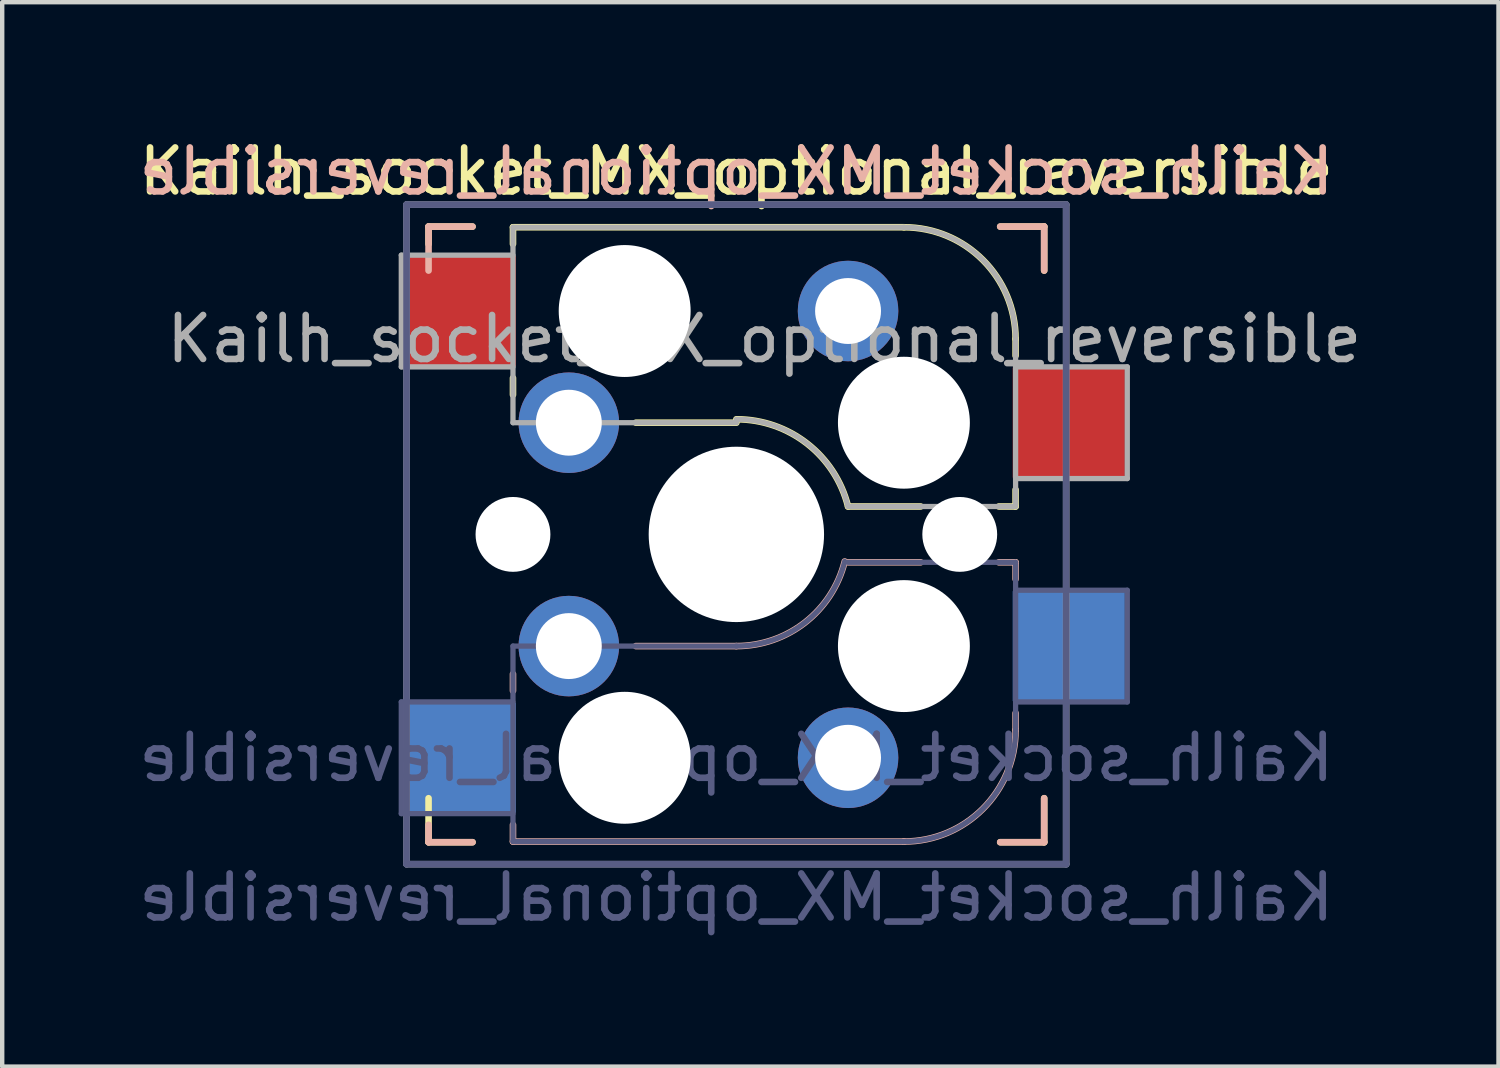
<source format=kicad_pcb>
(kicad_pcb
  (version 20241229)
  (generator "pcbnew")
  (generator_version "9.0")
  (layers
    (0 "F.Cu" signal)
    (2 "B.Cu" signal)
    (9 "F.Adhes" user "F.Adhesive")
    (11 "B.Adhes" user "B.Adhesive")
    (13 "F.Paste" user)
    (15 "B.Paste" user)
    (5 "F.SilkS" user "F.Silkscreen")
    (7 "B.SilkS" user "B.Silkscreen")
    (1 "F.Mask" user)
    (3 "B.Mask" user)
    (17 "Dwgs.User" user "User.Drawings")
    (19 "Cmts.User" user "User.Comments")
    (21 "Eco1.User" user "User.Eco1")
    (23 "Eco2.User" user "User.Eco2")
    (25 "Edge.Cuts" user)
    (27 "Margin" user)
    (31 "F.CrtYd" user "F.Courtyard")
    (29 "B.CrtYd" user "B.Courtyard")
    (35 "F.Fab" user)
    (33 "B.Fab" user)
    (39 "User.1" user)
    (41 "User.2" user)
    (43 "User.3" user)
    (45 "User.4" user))
  (footprint "Kailh_socket_MX_optional_reversible"
    (layer "F.Cu")
    (at 13.696 9.103)
    (property "Reference" "Kailh_socket_MX_optional_reversible" (at 0 -8.255 0) (layer "F.SilkS") (effects (font (size 1 1) (thickness 0.15))))
    (property "Value" "Kailh_socket_MX_optional_reversible" (at 0 8.255 0) (layer "F.Fab") (hide yes) (effects (font (size 1 1) (thickness 0.15))))
    (attr smd)
    (fp_line (start -7 -7) (end -6 -7) (stroke (width 0.15) (type solid)) (layer "F.SilkS"))
    (fp_line (start -7 -6.604) (end -7 -7) (stroke (width 0.15) (type solid)) (layer "F.SilkS"))
    (fp_line (start -7 7) (end -7 6) (stroke (width 0.15) (type solid)) (layer "F.SilkS"))
    (fp_line (start -6 7) (end -7 7) (stroke (width 0.15) (type solid)) (layer "F.SilkS"))
    (fp_line (start -5.08 -6.985) (end -5.08 -6.604) (stroke (width 0.15) (type solid)) (layer "F.SilkS"))
    (fp_line (start -5.08 -3.556) (end -5.08 -3.175) (stroke (width 0.15) (type solid)) (layer "F.SilkS"))
    (fp_line (start -2.286 -2.54) (end 0 -2.54) (stroke (width 0.15) (type solid)) (layer "F.SilkS"))
    (fp_line (start 2.54 -0.635) (end 4.191 -0.635) (stroke (width 0.15) (type solid)) (layer "F.SilkS"))
    (fp_line (start 3.81 -6.985) (end -5.08 -6.985) (stroke (width 0.15) (type solid)) (layer "F.SilkS"))
    (fp_line (start 5.969 -0.635) (end 6.35 -0.635) (stroke (width 0.15) (type solid)) (layer "F.SilkS"))
    (fp_line (start 6 -7) (end 7 -7) (stroke (width 0.15) (type solid)) (layer "F.SilkS"))
    (fp_line (start 6.35 -4.445) (end 6.35 -4.064) (stroke (width 0.15) (type solid)) (layer "F.SilkS"))
    (fp_line (start 6.35 -0.635) (end 6.35 -1.016) (stroke (width 0.15) (type solid)) (layer "F.SilkS"))
    (fp_line (start 7 -7) (end 7 -6) (stroke (width 0.15) (type solid)) (layer "F.SilkS"))
    (fp_line (start 7 6) (end 7 7) (stroke (width 0.15) (type solid)) (layer "F.SilkS"))
    (fp_line (start 7 7) (end 6 7) (stroke (width 0.15) (type solid)) (layer "F.SilkS"))
    (fp_arc (start 0.000001 -2.618171) (mid 1.611255 -2.063656) (end 2.539999 -0.634999) (stroke (width 0.15) (type solid)) (layer "F.SilkS"))
    (fp_arc (start 3.81 -6.985) (mid 5.606051 -6.241051) (end 6.35 -4.445) (stroke (width 0.15) (type solid)) (layer "F.SilkS"))
    (fp_line (start -7 -7) (end -6 -7) (stroke (width 0.15) (type solid)) (layer "B.SilkS"))
    (fp_line (start -7 -6) (end -7 -7) (stroke (width 0.15) (type solid)) (layer "B.SilkS"))
    (fp_line (start -7 7) (end -7 6.604) (stroke (width 0.15) (type solid)) (layer "B.SilkS"))
    (fp_line (start -6 7) (end -7 7) (stroke (width 0.15) (type solid)) (layer "B.SilkS"))
    (fp_line (start -5.08 3.175) (end -5.08 3.556) (stroke (width 0.15) (type solid)) (layer "B.SilkS"))
    (fp_line (start -5.08 6.604) (end -5.08 6.985) (stroke (width 0.15) (type solid)) (layer "B.SilkS"))
    (fp_line (start -5.08 6.985) (end 3.81 6.985) (stroke (width 0.15) (type solid)) (layer "B.SilkS"))
    (fp_line (start 0 2.54) (end -2.286 2.54) (stroke (width 0.15) (type solid)) (layer "B.SilkS"))
    (fp_line (start 4.191 0.635) (end 2.54 0.635) (stroke (width 0.15) (type solid)) (layer "B.SilkS"))
    (fp_line (start 6 -7) (end 7 -7) (stroke (width 0.15) (type solid)) (layer "B.SilkS"))
    (fp_line (start 6.35 0.635) (end 5.969 0.635) (stroke (width 0.15) (type solid)) (layer "B.SilkS"))
    (fp_line (start 6.35 1.016) (end 6.35 0.635) (stroke (width 0.15) (type solid)) (layer "B.SilkS"))
    (fp_line (start 6.35 4.445) (end 6.35 4.064) (stroke (width 0.15) (type solid)) (layer "B.SilkS"))
    (fp_line (start 7 -7) (end 7 -6) (stroke (width 0.15) (type solid)) (layer "B.SilkS"))
    (fp_line (start 7 6) (end 7 7) (stroke (width 0.15) (type solid)) (layer "B.SilkS"))
    (fp_line (start 7 7) (end 6 7) (stroke (width 0.15) (type solid)) (layer "B.SilkS"))
    (fp_arc (start 2.464162 0.61604) (mid 1.563147 2.002042) (end 0 2.54) (stroke (width 0.15) (type solid)) (layer "B.SilkS"))
    (fp_arc (start 6.35 4.445) (mid 5.606051 6.241051) (end 3.81 6.985) (stroke (width 0.15) (type solid)) (layer "B.SilkS"))
    (fp_line (start -6.9 6.9) (end -6.9 -6.9) (stroke (width 0.15) (type solid)) (layer "Eco2.User"))
    (fp_line (start -6.9 6.9) (end 6.9 6.9) (stroke (width 0.15) (type solid)) (layer "Eco2.User"))
    (fp_line (start 6.9 -6.9) (end -6.9 -6.9) (stroke (width 0.15) (type solid)) (layer "Eco2.User"))
    (fp_line (start 6.9 -6.9) (end 6.9 6.9) (stroke (width 0.15) (type solid)) (layer "Eco2.User"))
    (fp_line (start -7.62 3.81) (end -7.62 6.35) (stroke (width 0.12) (type solid)) (layer "B.Fab"))
    (fp_line (start -7.62 6.35) (end -5.08 6.35) (stroke (width 0.12) (type solid)) (layer "B.Fab"))
    (fp_line (start -7.5 -7.5) (end 7.5 -7.5) (stroke (width 0.15) (type solid)) (layer "B.Fab"))
    (fp_line (start -7.5 7.5) (end -7.5 -7.5) (stroke (width 0.15) (type solid)) (layer "B.Fab"))
    (fp_line (start -5.08 2.54) (end -5.08 6.985) (stroke (width 0.12) (type solid)) (layer "B.Fab"))
    (fp_line (start -5.08 3.81) (end -7.62 3.81) (stroke (width 0.12) (type solid)) (layer "B.Fab"))
    (fp_line (start -5.08 6.985) (end 3.81 6.985) (stroke (width 0.12) (type solid)) (layer "B.Fab"))
    (fp_line (start 0 2.54) (end -5.08 2.54) (stroke (width 0.12) (type solid)) (layer "B.Fab"))
    (fp_line (start 6.35 0.635) (end 2.54 0.635) (stroke (width 0.12) (type solid)) (layer "B.Fab"))
    (fp_line (start 6.35 3.81) (end 8.89 3.81) (stroke (width 0.12) (type solid)) (layer "B.Fab"))
    (fp_line (start 6.35 4.445) (end 6.35 0.635) (stroke (width 0.12) (type solid)) (layer "B.Fab"))
    (fp_line (start 7.5 -7.5) (end 7.5 7.5) (stroke (width 0.15) (type solid)) (layer "B.Fab"))
    (fp_line (start 7.5 7.5) (end -7.5 7.5) (stroke (width 0.15) (type solid)) (layer "B.Fab"))
    (fp_line (start 8.89 1.27) (end 6.35 1.27) (stroke (width 0.12) (type solid)) (layer "B.Fab"))
    (fp_line (start 8.89 3.81) (end 8.89 1.27) (stroke (width 0.12) (type solid)) (layer "B.Fab"))
    (fp_arc (start 2.464162 0.61604) (mid 1.563147 2.002042) (end 0 2.54) (stroke (width 0.12) (type solid)) (layer "B.Fab"))
    (fp_arc (start 6.35 4.445) (mid 5.606051 6.241051) (end 3.81 6.985) (stroke (width 0.12) (type solid)) (layer "B.Fab"))
    (fp_line (start -7.62 -6.35) (end -7.62 -3.81) (stroke (width 0.12) (type solid)) (layer "F.Fab"))
    (fp_line (start -7.62 -3.81) (end -5.08 -3.81) (stroke (width 0.12) (type solid)) (layer "F.Fab"))
    (fp_line (start -7.5 -7.5) (end 7.5 -7.5) (stroke (width 0.15) (type solid)) (layer "F.Fab"))
    (fp_line (start -7.5 7.5) (end -7.5 -7.5) (stroke (width 0.15) (type solid)) (layer "F.Fab"))
    (fp_line (start -5.08 -6.985) (end -5.08 -2.54) (stroke (width 0.12) (type solid)) (layer "F.Fab"))
    (fp_line (start -5.08 -6.35) (end -7.62 -6.35) (stroke (width 0.12) (type solid)) (layer "F.Fab"))
    (fp_line (start -5.08 -2.54) (end 0 -2.54) (stroke (width 0.12) (type solid)) (layer "F.Fab"))
    (fp_line (start 2.54 -0.635) (end 6.35 -0.635) (stroke (width 0.12) (type solid)) (layer "F.Fab"))
    (fp_line (start 3.81 -6.985) (end -5.08 -6.985) (stroke (width 0.12) (type solid)) (layer "F.Fab"))
    (fp_line (start 6.35 -1.27) (end 8.89 -1.27) (stroke (width 0.12) (type solid)) (layer "F.Fab"))
    (fp_line (start 6.35 -0.635) (end 6.35 -4.445) (stroke (width 0.12) (type solid)) (layer "F.Fab"))
    (fp_line (start 7.5 -7.5) (end 7.5 7.5) (stroke (width 0.15) (type solid)) (layer "F.Fab"))
    (fp_line (start 7.5 7.5) (end -7.5 7.5) (stroke (width 0.15) (type solid)) (layer "F.Fab"))
    (fp_line (start 8.89 -3.81) (end 6.35 -3.81) (stroke (width 0.12) (type solid)) (layer "F.Fab"))
    (fp_line (start 8.89 -1.27) (end 8.89 -3.81) (stroke (width 0.12) (type solid)) (layer "F.Fab"))
    (fp_arc (start 0.000001 -2.618171) (mid 1.611255 -2.063656) (end 2.539999 -0.634999) (stroke (width 0.12) (type solid)) (layer "F.Fab"))
    (fp_arc (start 3.81 -6.985) (mid 5.606051 -6.241051) (end 6.35 -4.445) (stroke (width 0.12) (type solid)) (layer "F.Fab"))
    (fp_text user "${REFERENCE}" (at 0 -8.255 0) (layer "B.SilkS") (effects (font (size 1 1) (thickness 0.15)) (justify mirror)))
    (fp_text user "${VALUE}" (at 0 8.255 0) (layer "B.Fab") (effects (font (size 1 1) (thickness 0.15)) (justify mirror)))
    (fp_text user "${REFERENCE}" (at 0 5.08 0) (layer "B.Fab") (effects (font (size 1 1) (thickness 0.15)) (justify mirror)))
    (fp_text user "${REFERENCE}" (at 0.635 -4.445 0) (layer "F.Fab") (effects (font (size 1 1) (thickness 0.15))))
    (pad "" np_thru_hole circle (at -5.08 0) (size 1.702 1.702) (drill 1.702) (layers "*.Cu" "*.Mask"))
    (pad "" np_thru_hole circle (at -2.54 -5.08) (size 3 3) (drill 3) (layers "*.Cu" "*.Mask"))
    (pad "" np_thru_hole circle (at -2.54 5.08) (size 3 3) (drill 3) (layers "*.Cu" "*.Mask"))
    (pad "" np_thru_hole circle (at 0 0) (size 3.988 3.988) (drill 3.988) (layers "*.Cu" "*.Mask"))
    (pad "" np_thru_hole circle (at 3.81 -2.54) (size 3 3) (drill 3) (layers "*.Cu" "*.Mask"))
    (pad "" np_thru_hole circle (at 3.81 2.54) (size 3 3) (drill 3) (layers "*.Cu" "*.Mask"))
    (pad "" np_thru_hole circle (at 5.08 0) (size 1.702 1.702) (drill 1.702) (layers "*.Cu" "*.Mask"))
    (pad "1" smd rect (at -6.29 -5.08) (size 2.55 2.5) (layers "F.Cu" "F.Mask" "F.Paste"))
    (pad "1" smd rect (at -6.29 5.08) (size 2.55 2.5) (layers "B.Cu" "B.Mask" "B.Paste"))
    (pad "1" thru_hole circle (at -3.81 -2.54) (size 2.286 2.286) (drill 1.499) (layers "*.Cu" "*.Mask"))
    (pad "1" thru_hole circle (at -3.81 2.54) (size 2.286 2.286) (drill 1.499) (layers "*.Cu" "*.Mask"))
    (pad "2" thru_hole circle (at 2.54 -5.08) (size 2.286 2.286) (drill 1.499) (layers "*.Cu" "*.Mask"))
    (pad "2" thru_hole circle (at 2.54 5.08) (size 2.286 2.286) (drill 1.499) (layers "*.Cu" "*.Mask"))
    (pad "2" smd rect (at 7.56 -2.54) (size 2.55 2.5) (layers "F.Cu" "F.Mask" "F.Paste"))
    (pad "2" smd rect (at 7.56 2.54) (size 2.55 2.5) (layers "B.Cu" "B.Mask" "B.Paste")))
  (gr_rect
    (start -3 -3)
    (end 31.028 21.206)
    (stroke (width 0.1) (type default))
    (fill no)
    (layer "Edge.Cuts")))
</source>
